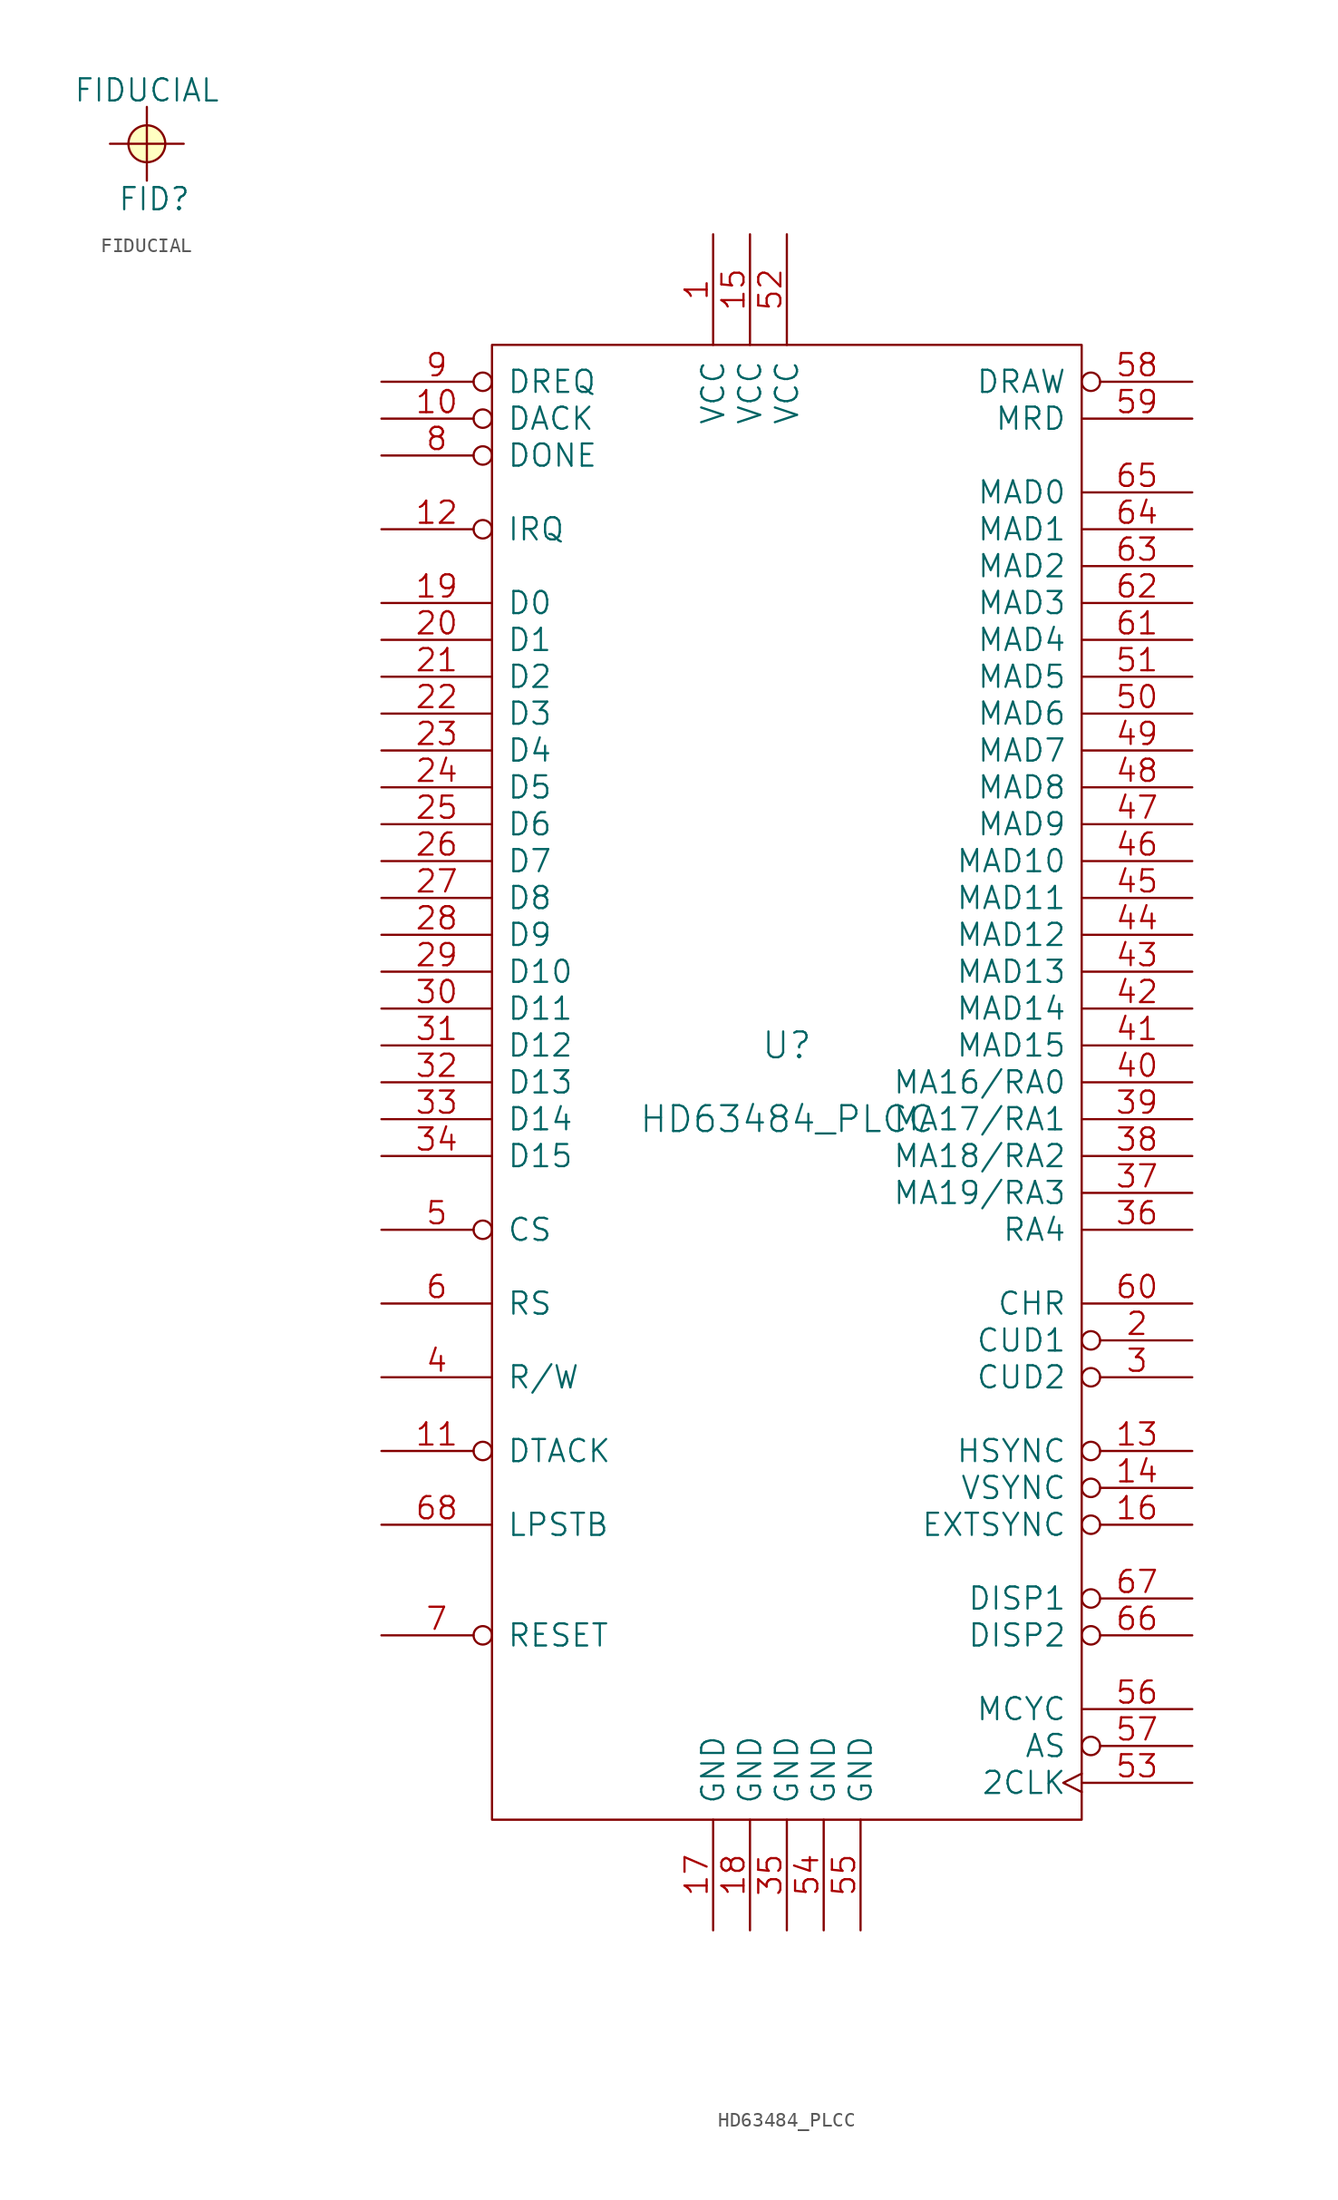
<source format=kicad_sym>
(kicad_symbol_lib
  (version 20211014)
  (generator kicad_symbol_editor)
  (symbol "FIDUCIAL"
    (pin_names
      (offset 1.016))
    (property "Reference" "FID"
      (at 0.508 -3.81 0)
      (effects (font (size 1.524 1.524))))
    (property "Value" "FIDUCIAL"
      (at 0 3.683 0)
      (effects (font (size 1.524 1.524))))
    (property "Footprint" ""
      (at 0 0 0)
      (effects (font (size 1.524 1.524))))
    (property "Datasheet" ""
      (at 0 0 0)
      (effects (font (size 1.524 1.524))))
    (symbol "FIDUCIAL_0_1"
      (polyline (pts (xy -2.54 0) (xy 2.54 0)) (stroke (width 0) (type default) (color 0 0 0 0)) (fill (type none)))
      (polyline (pts (xy 0 2.54) (xy 0 -2.54)) (stroke (width 0) (type default) (color 0 0 0 0)) (fill (type none)))
      (circle (center 0 0) (radius 1.27) (stroke (width 0) (type default) (color 0 0 0 0)) (fill (type background)))))
  (symbol "HD63484_PLCC"
    (pin_names
      (offset 1.016))
    (property "Reference" "U"
      (at 0 2.54 0)
      (effects (font (size 1.778 1.778))))
    (property "Value" "HD63484_PLCC"
      (at 0 -2.54 0)
      (effects (font (size 1.778 1.778))))
    (property "Footprint" ""
      (at 0 0 0)
      (effects (font (size 1.524 1.524))))
    (property "Datasheet" ""
      (at 0 0 0)
      (effects (font (size 1.524 1.524))))
    (symbol "HD63484_PLCC_0_1"
      (rectangle (start -20.32 -50.8) (end 20.32 50.8) (stroke (width 0) (type default) (color 0 0 0 0)) (fill (type none))))
    (symbol "HD63484_PLCC_1_1"
      (pin input line (at -5.08 58.42 270) (length 7.62) (name "VCC" (effects (font (size 1.524 1.524)))) (number "1" (effects (font (size 1.524 1.524)))))
      (pin input inverted (at -27.94 45.72 0) (length 7.62) (name "DACK" (effects (font (size 1.524 1.524)))) (number "10" (effects (font (size 1.524 1.524)))))
      (pin output inverted (at -27.94 -25.4 0) (length 7.62) (name "DTACK" (effects (font (size 1.524 1.524)))) (number "11" (effects (font (size 1.524 1.524)))))
      (pin output inverted (at -27.94 38.1 0) (length 7.62) (name "IRQ" (effects (font (size 1.524 1.524)))) (number "12" (effects (font (size 1.524 1.524)))))
      (pin output inverted (at 27.94 -25.4 180) (length 7.62) (name "HSYNC" (effects (font (size 1.524 1.524)))) (number "13" (effects (font (size 1.524 1.524)))))
      (pin output inverted (at 27.94 -27.94 180) (length 7.62) (name "VSYNC" (effects (font (size 1.524 1.524)))) (number "14" (effects (font (size 1.524 1.524)))))
      (pin input line (at -2.54 58.42 270) (length 7.62) (name "VCC" (effects (font (size 1.524 1.524)))) (number "15" (effects (font (size 1.524 1.524)))))
      (pin input inverted (at 27.94 -30.48 180) (length 7.62) (name "EXTSYNC" (effects (font (size 1.524 1.524)))) (number "16" (effects (font (size 1.524 1.524)))))
      (pin input line (at -5.08 -58.42 90) (length 7.62) (name "GND" (effects (font (size 1.524 1.524)))) (number "17" (effects (font (size 1.524 1.524)))))
      (pin input line (at -2.54 -58.42 90) (length 7.62) (name "GND" (effects (font (size 1.524 1.524)))) (number "18" (effects (font (size 1.524 1.524)))))
      (pin tri_state line (at -27.94 33.02 0) (length 7.62) (name "D0" (effects (font (size 1.524 1.524)))) (number "19" (effects (font (size 1.524 1.524)))))
      (pin output inverted (at 27.94 -17.78 180) (length 7.62) (name "CUD1" (effects (font (size 1.524 1.524)))) (number "2" (effects (font (size 1.524 1.524)))))
      (pin tri_state line (at -27.94 30.48 0) (length 7.62) (name "D1" (effects (font (size 1.524 1.524)))) (number "20" (effects (font (size 1.524 1.524)))))
      (pin tri_state line (at -27.94 27.94 0) (length 7.62) (name "D2" (effects (font (size 1.524 1.524)))) (number "21" (effects (font (size 1.524 1.524)))))
      (pin tri_state line (at -27.94 25.4 0) (length 7.62) (name "D3" (effects (font (size 1.524 1.524)))) (number "22" (effects (font (size 1.524 1.524)))))
      (pin tri_state line (at -27.94 22.86 0) (length 7.62) (name "D4" (effects (font (size 1.524 1.524)))) (number "23" (effects (font (size 1.524 1.524)))))
      (pin tri_state line (at -27.94 20.32 0) (length 7.62) (name "D5" (effects (font (size 1.524 1.524)))) (number "24" (effects (font (size 1.524 1.524)))))
      (pin tri_state line (at -27.94 17.78 0) (length 7.62) (name "D6" (effects (font (size 1.524 1.524)))) (number "25" (effects (font (size 1.524 1.524)))))
      (pin tri_state line (at -27.94 15.24 0) (length 7.62) (name "D7" (effects (font (size 1.524 1.524)))) (number "26" (effects (font (size 1.524 1.524)))))
      (pin tri_state line (at -27.94 12.7 0) (length 7.62) (name "D8" (effects (font (size 1.524 1.524)))) (number "27" (effects (font (size 1.524 1.524)))))
      (pin tri_state line (at -27.94 10.16 0) (length 7.62) (name "D9" (effects (font (size 1.524 1.524)))) (number "28" (effects (font (size 1.524 1.524)))))
      (pin tri_state line (at -27.94 7.62 0) (length 7.62) (name "D10" (effects (font (size 1.524 1.524)))) (number "29" (effects (font (size 1.524 1.524)))))
      (pin output inverted (at 27.94 -20.32 180) (length 7.62) (name "CUD2" (effects (font (size 1.524 1.524)))) (number "3" (effects (font (size 1.524 1.524)))))
      (pin tri_state line (at -27.94 5.08 0) (length 7.62) (name "D11" (effects (font (size 1.524 1.524)))) (number "30" (effects (font (size 1.524 1.524)))))
      (pin tri_state line (at -27.94 2.54 0) (length 7.62) (name "D12" (effects (font (size 1.524 1.524)))) (number "31" (effects (font (size 1.524 1.524)))))
      (pin tri_state line (at -27.94 0 0) (length 7.62) (name "D13" (effects (font (size 1.524 1.524)))) (number "32" (effects (font (size 1.524 1.524)))))
      (pin tri_state line (at -27.94 -2.54 0) (length 7.62) (name "D14" (effects (font (size 1.524 1.524)))) (number "33" (effects (font (size 1.524 1.524)))))
      (pin tri_state line (at -27.94 -5.08 0) (length 7.62) (name "D15" (effects (font (size 1.524 1.524)))) (number "34" (effects (font (size 1.524 1.524)))))
      (pin input line (at 0 -58.42 90) (length 7.62) (name "GND" (effects (font (size 1.524 1.524)))) (number "35" (effects (font (size 1.524 1.524)))))
      (pin output line (at 27.94 -10.16 180) (length 7.62) (name "RA4" (effects (font (size 1.524 1.524)))) (number "36" (effects (font (size 1.524 1.524)))))
      (pin output line (at 27.94 -7.62 180) (length 7.62) (name "MA19/RA3" (effects (font (size 1.524 1.524)))) (number "37" (effects (font (size 1.524 1.524)))))
      (pin output line (at 27.94 -5.08 180) (length 7.62) (name "MA18/RA2" (effects (font (size 1.524 1.524)))) (number "38" (effects (font (size 1.524 1.524)))))
      (pin output line (at 27.94 -2.54 180) (length 7.62) (name "MA17/RA1" (effects (font (size 1.524 1.524)))) (number "39" (effects (font (size 1.524 1.524)))))
      (pin input line (at -27.94 -20.32 0) (length 7.62) (name "R/W" (effects (font (size 1.524 1.524)))) (number "4" (effects (font (size 1.524 1.524)))))
      (pin output line (at 27.94 0 180) (length 7.62) (name "MA16/RA0" (effects (font (size 1.524 1.524)))) (number "40" (effects (font (size 1.524 1.524)))))
      (pin tri_state line (at 27.94 2.54 180) (length 7.62) (name "MAD15" (effects (font (size 1.524 1.524)))) (number "41" (effects (font (size 1.524 1.524)))))
      (pin tri_state line (at 27.94 5.08 180) (length 7.62) (name "MAD14" (effects (font (size 1.524 1.524)))) (number "42" (effects (font (size 1.524 1.524)))))
      (pin tri_state line (at 27.94 7.62 180) (length 7.62) (name "MAD13" (effects (font (size 1.524 1.524)))) (number "43" (effects (font (size 1.524 1.524)))))
      (pin tri_state line (at 27.94 10.16 180) (length 7.62) (name "MAD12" (effects (font (size 1.524 1.524)))) (number "44" (effects (font (size 1.524 1.524)))))
      (pin tri_state line (at 27.94 12.7 180) (length 7.62) (name "MAD11" (effects (font (size 1.524 1.524)))) (number "45" (effects (font (size 1.524 1.524)))))
      (pin tri_state line (at 27.94 15.24 180) (length 7.62) (name "MAD10" (effects (font (size 1.524 1.524)))) (number "46" (effects (font (size 1.524 1.524)))))
      (pin tri_state line (at 27.94 17.78 180) (length 7.62) (name "MAD9" (effects (font (size 1.524 1.524)))) (number "47" (effects (font (size 1.524 1.524)))))
      (pin tri_state line (at 27.94 20.32 180) (length 7.62) (name "MAD8" (effects (font (size 1.524 1.524)))) (number "48" (effects (font (size 1.524 1.524)))))
      (pin tri_state line (at 27.94 22.86 180) (length 7.62) (name "MAD7" (effects (font (size 1.524 1.524)))) (number "49" (effects (font (size 1.524 1.524)))))
      (pin input inverted (at -27.94 -10.16 0) (length 7.62) (name "CS" (effects (font (size 1.524 1.524)))) (number "5" (effects (font (size 1.524 1.524)))))
      (pin tri_state line (at 27.94 25.4 180) (length 7.62) (name "MAD6" (effects (font (size 1.524 1.524)))) (number "50" (effects (font (size 1.524 1.524)))))
      (pin tri_state line (at 27.94 27.94 180) (length 7.62) (name "MAD5" (effects (font (size 1.524 1.524)))) (number "51" (effects (font (size 1.524 1.524)))))
      (pin input line (at 0 58.42 270) (length 7.62) (name "VCC" (effects (font (size 1.524 1.524)))) (number "52" (effects (font (size 1.524 1.524)))))
      (pin input clock (at 27.94 -48.26 180) (length 7.62) (name "2CLK" (effects (font (size 1.524 1.524)))) (number "53" (effects (font (size 1.524 1.524)))))
      (pin input line (at 2.54 -58.42 90) (length 7.62) (name "GND" (effects (font (size 1.524 1.524)))) (number "54" (effects (font (size 1.524 1.524)))))
      (pin input line (at 5.08 -58.42 90) (length 7.62) (name "GND" (effects (font (size 1.524 1.524)))) (number "55" (effects (font (size 1.524 1.524)))))
      (pin output line (at 27.94 -43.18 180) (length 7.62) (name "MCYC" (effects (font (size 1.524 1.524)))) (number "56" (effects (font (size 1.524 1.524)))))
      (pin output inverted (at 27.94 -45.72 180) (length 7.62) (name "AS" (effects (font (size 1.524 1.524)))) (number "57" (effects (font (size 1.524 1.524)))))
      (pin output inverted (at 27.94 48.26 180) (length 7.62) (name "DRAW" (effects (font (size 1.524 1.524)))) (number "58" (effects (font (size 1.524 1.524)))))
      (pin output line (at 27.94 45.72 180) (length 7.62) (name "MRD" (effects (font (size 1.524 1.524)))) (number "59" (effects (font (size 1.524 1.524)))))
      (pin input line (at -27.94 -15.24 0) (length 7.62) (name "RS" (effects (font (size 1.524 1.524)))) (number "6" (effects (font (size 1.524 1.524)))))
      (pin output line (at 27.94 -15.24 180) (length 7.62) (name "CHR" (effects (font (size 1.524 1.524)))) (number "60" (effects (font (size 1.524 1.524)))))
      (pin tri_state line (at 27.94 30.48 180) (length 7.62) (name "MAD4" (effects (font (size 1.524 1.524)))) (number "61" (effects (font (size 1.524 1.524)))))
      (pin tri_state line (at 27.94 33.02 180) (length 7.62) (name "MAD3" (effects (font (size 1.524 1.524)))) (number "62" (effects (font (size 1.524 1.524)))))
      (pin tri_state line (at 27.94 35.56 180) (length 7.62) (name "MAD2" (effects (font (size 1.524 1.524)))) (number "63" (effects (font (size 1.524 1.524)))))
      (pin tri_state line (at 27.94 38.1 180) (length 7.62) (name "MAD1" (effects (font (size 1.524 1.524)))) (number "64" (effects (font (size 1.524 1.524)))))
      (pin tri_state line (at 27.94 40.64 180) (length 7.62) (name "MAD0" (effects (font (size 1.524 1.524)))) (number "65" (effects (font (size 1.524 1.524)))))
      (pin output inverted (at 27.94 -38.1 180) (length 7.62) (name "DISP2" (effects (font (size 1.524 1.524)))) (number "66" (effects (font (size 1.524 1.524)))))
      (pin output inverted (at 27.94 -35.56 180) (length 7.62) (name "DISP1" (effects (font (size 1.524 1.524)))) (number "67" (effects (font (size 1.524 1.524)))))
      (pin input line (at -27.94 -30.48 0) (length 7.62) (name "LPSTB" (effects (font (size 1.524 1.524)))) (number "68" (effects (font (size 1.524 1.524)))))
      (pin input inverted (at -27.94 -38.1 0) (length 7.62) (name "RESET" (effects (font (size 1.524 1.524)))) (number "7" (effects (font (size 1.524 1.524)))))
      (pin input inverted (at -27.94 43.18 0) (length 7.62) (name "DONE" (effects (font (size 1.524 1.524)))) (number "8" (effects (font (size 1.524 1.524)))))
      (pin output inverted (at -27.94 48.26 0) (length 7.62) (name "DREQ" (effects (font (size 1.524 1.524)))) (number "9" (effects (font (size 1.524 1.524))))))))
</source>
